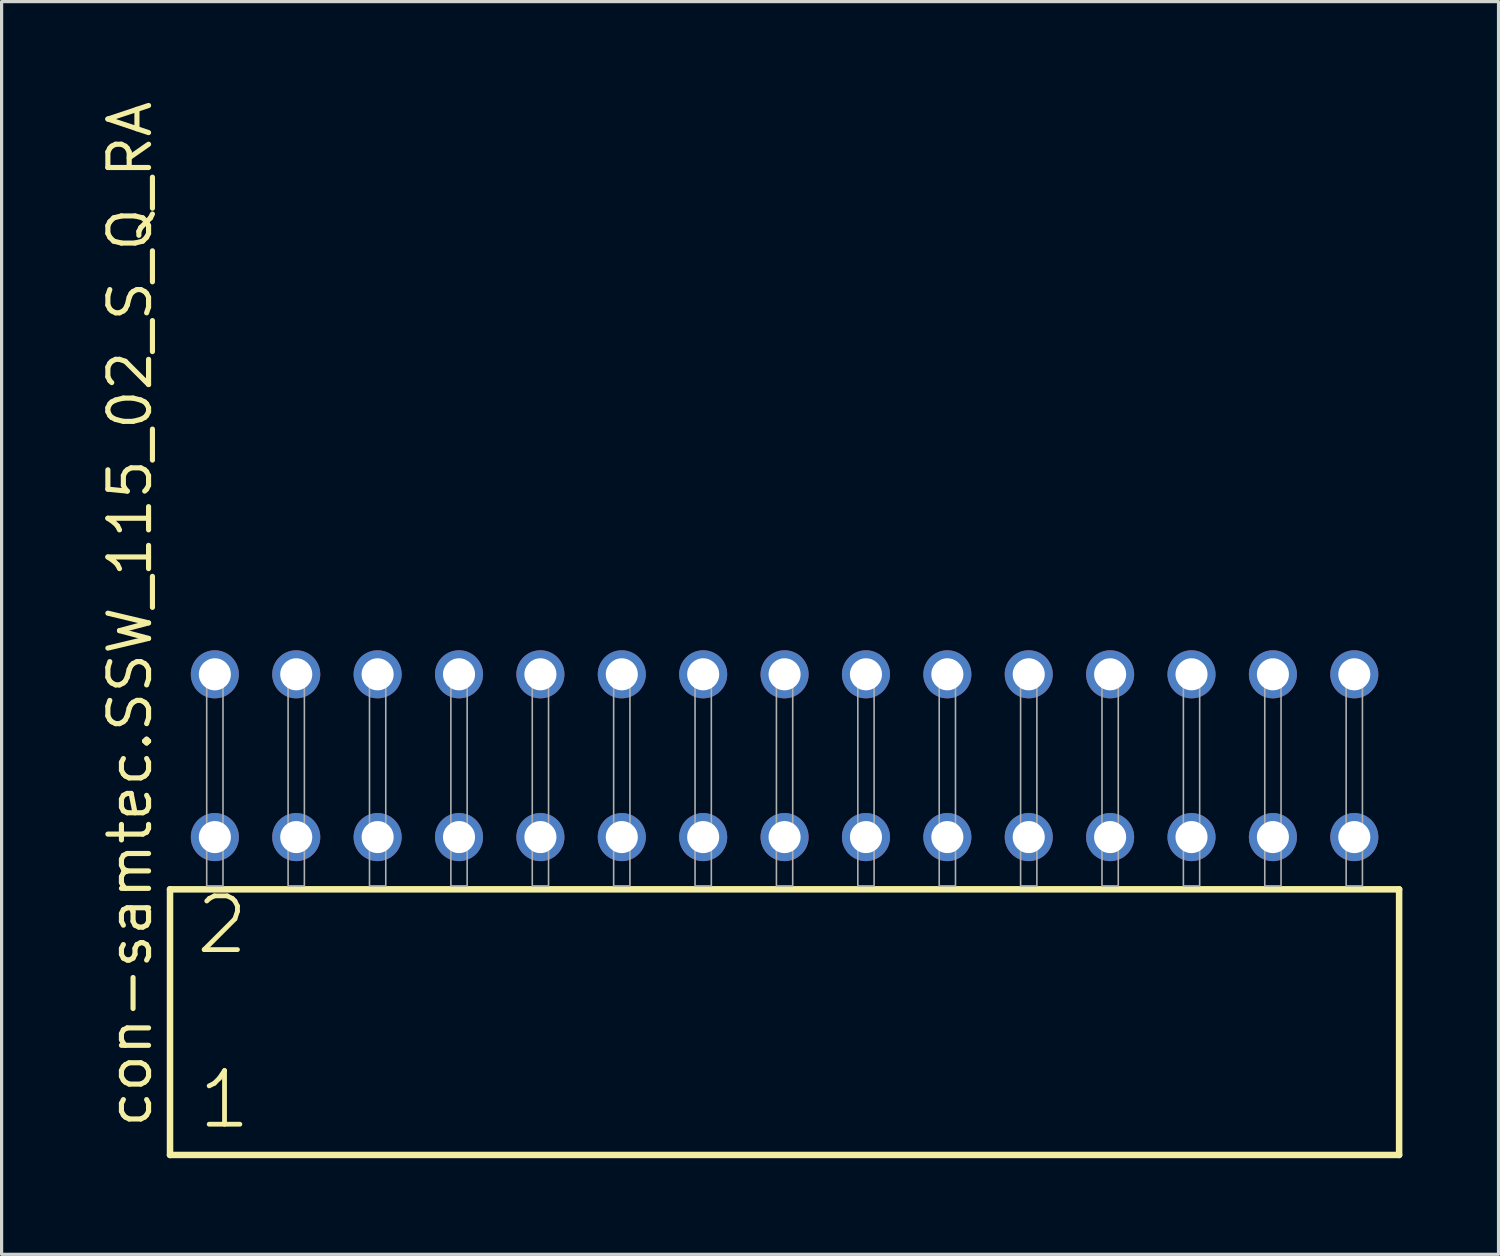
<source format=kicad_pcb>
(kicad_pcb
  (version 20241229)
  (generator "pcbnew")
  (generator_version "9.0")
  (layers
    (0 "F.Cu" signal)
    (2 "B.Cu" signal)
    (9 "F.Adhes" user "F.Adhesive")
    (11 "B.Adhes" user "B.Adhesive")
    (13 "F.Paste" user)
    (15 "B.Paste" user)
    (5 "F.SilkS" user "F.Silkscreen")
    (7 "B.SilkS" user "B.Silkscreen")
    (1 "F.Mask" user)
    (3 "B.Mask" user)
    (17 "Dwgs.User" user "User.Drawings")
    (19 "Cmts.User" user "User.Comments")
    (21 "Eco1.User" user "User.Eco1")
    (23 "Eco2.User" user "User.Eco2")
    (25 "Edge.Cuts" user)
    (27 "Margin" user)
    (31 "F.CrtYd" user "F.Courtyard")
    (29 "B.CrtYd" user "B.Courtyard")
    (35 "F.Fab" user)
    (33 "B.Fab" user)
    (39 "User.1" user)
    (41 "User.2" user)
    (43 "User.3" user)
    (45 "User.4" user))
  (footprint "con-samtec.SSW_115_02_S_Q_RA"
    (layer "F.Cu")
    (at 21.435 24.598)
    (property "Reference" "con-samtec.SSW_115_02_S_Q_RA" (at -19.685 7.62 90) (layer "F.SilkS") (effects (font (size 1.27 1.27) (thickness 0.16)) (justify left bottom)))
    (attr through_hole)
    (fp_line (start -19.179 0.106) (end -19.179 8.396) (stroke (width 0.203) (type default)) (layer "F.SilkS"))
    (fp_line (start -19.179 8.396) (end 19.179 8.396) (stroke (width 0.203) (type default)) (layer "F.SilkS"))
    (fp_line (start 19.179 0.106) (end -19.179 0.106) (stroke (width 0.203) (type default)) (layer "F.SilkS"))
    (fp_line (start 19.179 8.396) (end 19.179 0.106) (stroke (width 0.203) (type default)) (layer "F.SilkS"))
    (fp_rect (start -18.034 0) (end -17.526 -6.858) (stroke (width 0.05) (type default)) (fill no) (layer "F.Fab"))
    (fp_rect (start -15.494 0) (end -14.986 -6.858) (stroke (width 0.05) (type default)) (fill no) (layer "F.Fab"))
    (fp_rect (start -12.954 0) (end -12.446 -6.858) (stroke (width 0.05) (type default)) (fill no) (layer "F.Fab"))
    (fp_rect (start -10.414 0) (end -9.906 -6.858) (stroke (width 0.05) (type default)) (fill no) (layer "F.Fab"))
    (fp_rect (start -7.874 0) (end -7.366 -6.858) (stroke (width 0.05) (type default)) (fill no) (layer "F.Fab"))
    (fp_rect (start -5.334 0) (end -4.826 -6.858) (stroke (width 0.05) (type default)) (fill no) (layer "F.Fab"))
    (fp_rect (start -2.794 0) (end -2.286 -6.858) (stroke (width 0.05) (type default)) (fill no) (layer "F.Fab"))
    (fp_rect (start -0.254 0) (end 0.254 -6.858) (stroke (width 0.05) (type default)) (fill no) (layer "F.Fab"))
    (fp_rect (start 2.286 0) (end 2.794 -6.858) (stroke (width 0.05) (type default)) (fill no) (layer "F.Fab"))
    (fp_rect (start 4.826 0) (end 5.334 -6.858) (stroke (width 0.05) (type default)) (fill no) (layer "F.Fab"))
    (fp_rect (start 7.366 0) (end 7.874 -6.858) (stroke (width 0.05) (type default)) (fill no) (layer "F.Fab"))
    (fp_rect (start 9.906 0) (end 10.414 -6.858) (stroke (width 0.05) (type default)) (fill no) (layer "F.Fab"))
    (fp_rect (start 12.446 0) (end 12.954 -6.858) (stroke (width 0.05) (type default)) (fill no) (layer "F.Fab"))
    (fp_rect (start 14.986 0) (end 15.494 -6.858) (stroke (width 0.05) (type default)) (fill no) (layer "F.Fab"))
    (fp_rect (start 17.526 0) (end 18.034 -6.858) (stroke (width 0.05) (type default)) (fill no) (layer "F.Fab"))
    (fp_text user "2" (at -18.45 2.2 0) (layer "F.SilkS") (effects (font (size 1.676 1.676) (thickness 0.15)) (justify left bottom)))
    (fp_text user "1" (at -18.375 7.65 0) (layer "F.SilkS") (effects (font (size 1.676 1.676) (thickness 0.15)) (justify left bottom)))
    (pad "1" thru_hole circle (at -17.78 -1.524) (size 1.5 1.5) (drill 1) (layers "*.Cu" "*.Mask"))
    (pad "2" thru_hole circle (at -17.78 -6.604) (size 1.5 1.5) (drill 1) (layers "*.Cu" "*.Mask"))
    (pad "3" thru_hole circle (at -15.24 -1.524) (size 1.5 1.5) (drill 1) (layers "*.Cu" "*.Mask"))
    (pad "4" thru_hole circle (at -15.24 -6.604) (size 1.5 1.5) (drill 1) (layers "*.Cu" "*.Mask"))
    (pad "5" thru_hole circle (at -12.7 -1.524) (size 1.5 1.5) (drill 1) (layers "*.Cu" "*.Mask"))
    (pad "6" thru_hole circle (at -12.7 -6.604) (size 1.5 1.5) (drill 1) (layers "*.Cu" "*.Mask"))
    (pad "7" thru_hole circle (at -10.16 -1.524) (size 1.5 1.5) (drill 1) (layers "*.Cu" "*.Mask"))
    (pad "8" thru_hole circle (at -10.16 -6.604) (size 1.5 1.5) (drill 1) (layers "*.Cu" "*.Mask"))
    (pad "9" thru_hole circle (at -7.62 -1.524) (size 1.5 1.5) (drill 1) (layers "*.Cu" "*.Mask"))
    (pad "10" thru_hole circle (at -7.62 -6.604) (size 1.5 1.5) (drill 1) (layers "*.Cu" "*.Mask"))
    (pad "11" thru_hole circle (at -5.08 -1.524) (size 1.5 1.5) (drill 1) (layers "*.Cu" "*.Mask"))
    (pad "12" thru_hole circle (at -5.08 -6.604) (size 1.5 1.5) (drill 1) (layers "*.Cu" "*.Mask"))
    (pad "13" thru_hole circle (at -2.54 -1.524) (size 1.5 1.5) (drill 1) (layers "*.Cu" "*.Mask"))
    (pad "14" thru_hole circle (at -2.54 -6.604) (size 1.5 1.5) (drill 1) (layers "*.Cu" "*.Mask"))
    (pad "15" thru_hole circle (at 0 -1.524) (size 1.5 1.5) (drill 1) (layers "*.Cu" "*.Mask"))
    (pad "16" thru_hole circle (at 0 -6.604) (size 1.5 1.5) (drill 1) (layers "*.Cu" "*.Mask"))
    (pad "17" thru_hole circle (at 2.54 -1.524) (size 1.5 1.5) (drill 1) (layers "*.Cu" "*.Mask"))
    (pad "18" thru_hole circle (at 2.54 -6.604) (size 1.5 1.5) (drill 1) (layers "*.Cu" "*.Mask"))
    (pad "19" thru_hole circle (at 5.08 -1.524) (size 1.5 1.5) (drill 1) (layers "*.Cu" "*.Mask"))
    (pad "20" thru_hole circle (at 5.08 -6.604) (size 1.5 1.5) (drill 1) (layers "*.Cu" "*.Mask"))
    (pad "21" thru_hole circle (at 7.62 -1.524) (size 1.5 1.5) (drill 1) (layers "*.Cu" "*.Mask"))
    (pad "22" thru_hole circle (at 7.62 -6.604) (size 1.5 1.5) (drill 1) (layers "*.Cu" "*.Mask"))
    (pad "23" thru_hole circle (at 10.16 -1.524) (size 1.5 1.5) (drill 1) (layers "*.Cu" "*.Mask"))
    (pad "24" thru_hole circle (at 10.16 -6.604) (size 1.5 1.5) (drill 1) (layers "*.Cu" "*.Mask"))
    (pad "25" thru_hole circle (at 12.7 -1.524) (size 1.5 1.5) (drill 1) (layers "*.Cu" "*.Mask"))
    (pad "26" thru_hole circle (at 12.7 -6.604) (size 1.5 1.5) (drill 1) (layers "*.Cu" "*.Mask"))
    (pad "27" thru_hole circle (at 15.24 -1.524) (size 1.5 1.5) (drill 1) (layers "*.Cu" "*.Mask"))
    (pad "28" thru_hole circle (at 15.24 -6.604) (size 1.5 1.5) (drill 1) (layers "*.Cu" "*.Mask"))
    (pad "29" thru_hole circle (at 17.78 -1.524) (size 1.5 1.5) (drill 1) (layers "*.Cu" "*.Mask"))
    (pad "30" thru_hole circle (at 17.78 -6.604) (size 1.5 1.5) (drill 1) (layers "*.Cu" "*.Mask")))
  (gr_rect
    (start -3 -3)
    (end 43.716 36.096)
    (stroke (width 0.1) (type default))
    (fill no)
    (layer "Edge.Cuts")))
</source>
